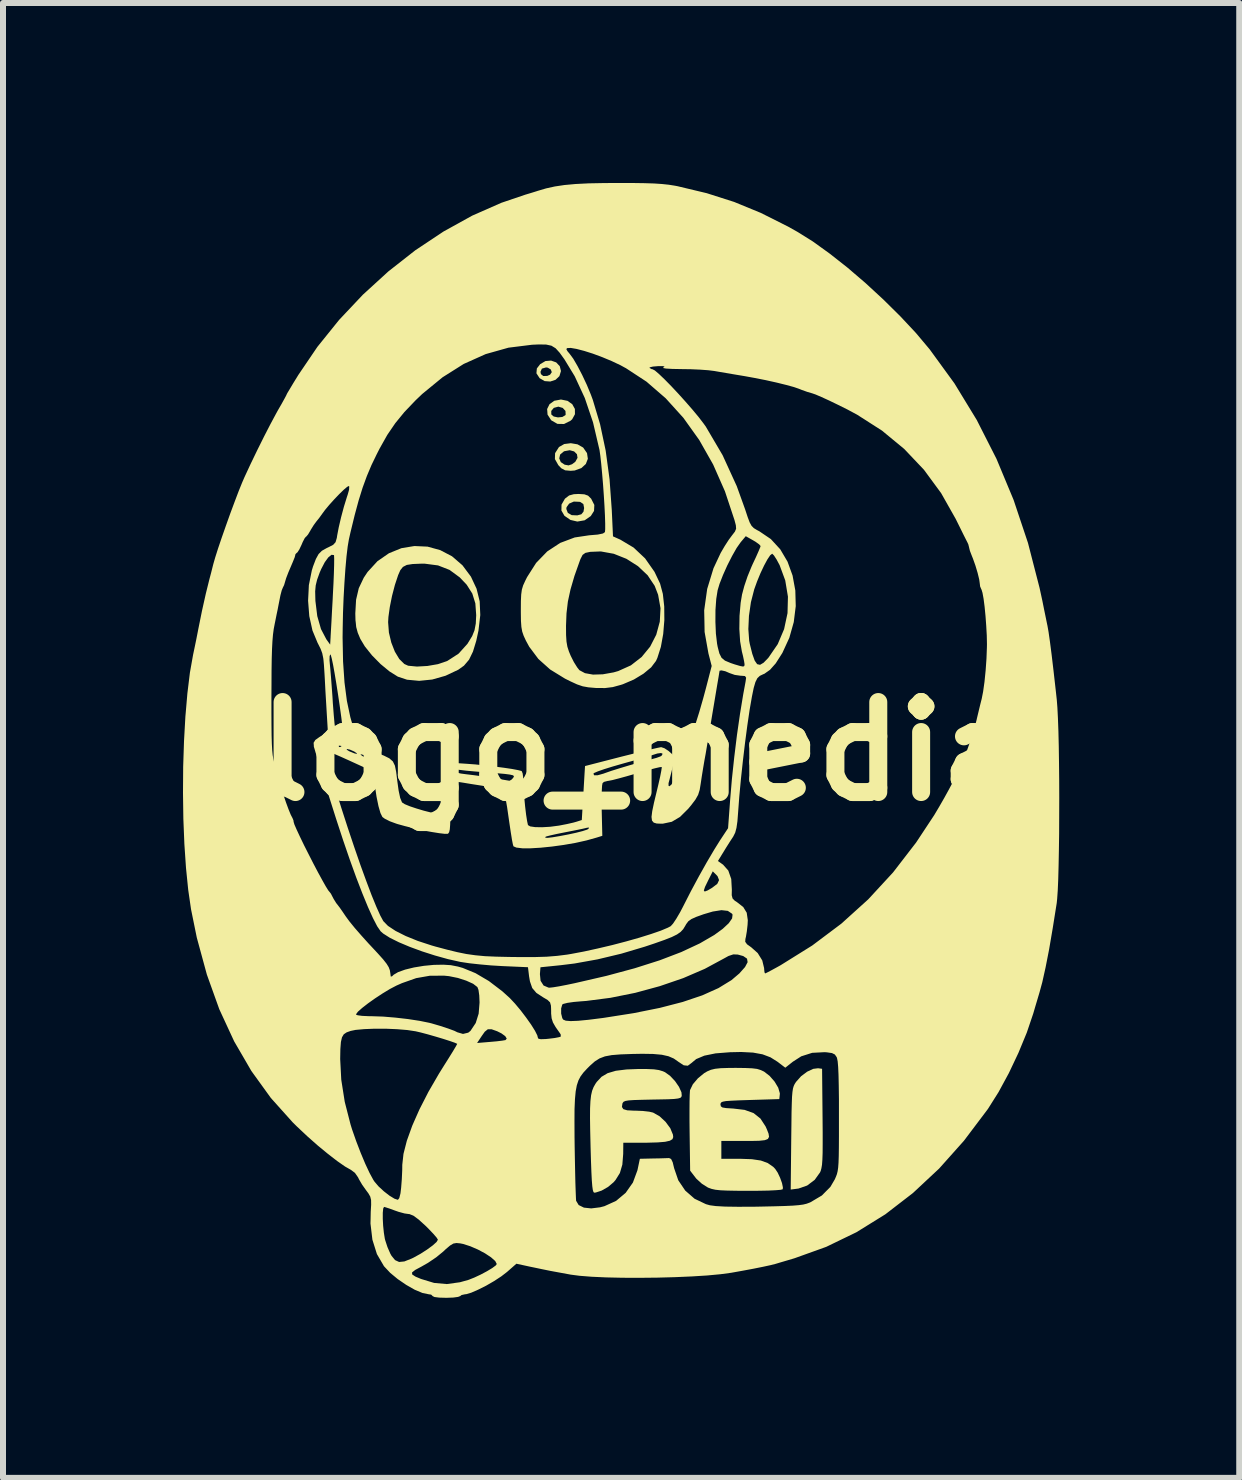
<source format=kicad_pcb>
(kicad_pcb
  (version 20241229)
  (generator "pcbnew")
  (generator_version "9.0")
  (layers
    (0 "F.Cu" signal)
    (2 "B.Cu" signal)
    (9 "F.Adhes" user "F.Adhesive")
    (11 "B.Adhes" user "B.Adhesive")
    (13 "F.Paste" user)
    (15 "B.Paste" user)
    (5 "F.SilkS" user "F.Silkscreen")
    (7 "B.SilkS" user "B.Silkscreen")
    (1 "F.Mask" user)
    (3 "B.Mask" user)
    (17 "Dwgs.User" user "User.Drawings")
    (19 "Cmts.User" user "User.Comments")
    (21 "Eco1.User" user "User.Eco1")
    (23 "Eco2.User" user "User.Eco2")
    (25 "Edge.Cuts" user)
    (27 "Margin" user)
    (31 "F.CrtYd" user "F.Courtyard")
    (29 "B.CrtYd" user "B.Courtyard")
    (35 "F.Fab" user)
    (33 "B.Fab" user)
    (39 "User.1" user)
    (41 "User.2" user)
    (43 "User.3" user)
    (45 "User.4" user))
  (footprint "logo_media"
    (layer "F.Cu")
    (at 7.28 9.283)
    (property "Reference" "logo_media" (at 0.38 0.19 0) (layer "F.SilkS") (effects (font (size 1.5 1.5) (thickness 0.3))))
    (attr board_only exclude_from_pos_files exclude_from_bom)
    (fp_poly (pts (xy -1.06 -6.293) (xy -1 -6.229) (xy -0.98 -6.149) (xy -1.006 -6.064) (xy -1.07 -6.003) (xy -1.158 -5.974) (xy -1.252 -5.981) (xy -1.335 -6.029) (xy -1.337 -6.031) (xy -1.389 -6.111) (xy -1.387 -6.135) (xy -1.322 -6.135) (xy -1.314 -6.097) (xy -1.276 -6.066) (xy -1.21 -6.067) (xy -1.162 -6.088) (xy -1.133 -6.13) (xy -1.15 -6.175) (xy -1.2 -6.205) (xy -1.229 -6.209) (xy -1.298 -6.189) (xy -1.322 -6.135) (xy -1.387 -6.135) (xy -1.382 -6.192) (xy -1.327 -6.263) (xy -1.239 -6.315) (xy -1.145 -6.323)) (stroke (width 0) (type solid)) (fill yes) (layer "F.SilkS"))
    (fp_poly (pts (xy -0.871 -5.652) (xy -0.792 -5.596) (xy -0.748 -5.517) (xy -0.747 -5.429) (xy -0.793 -5.345) (xy -0.821 -5.32) (xy -0.929 -5.266) (xy -1.039 -5.268) (xy -1.138 -5.325) (xy -1.145 -5.331) (xy -1.204 -5.423) (xy -1.208 -5.484) (xy -1.142 -5.484) (xy -1.141 -5.425) (xy -1.101 -5.391) (xy -1.031 -5.376) (xy -0.958 -5.383) (xy -0.908 -5.412) (xy -0.902 -5.422) (xy -0.905 -5.484) (xy -0.951 -5.534) (xy -1.023 -5.555) (xy -1.025 -5.555) (xy -1.099 -5.535) (xy -1.142 -5.484) (xy -1.208 -5.484) (xy -1.211 -5.515) (xy -1.171 -5.596) (xy -1.092 -5.653) (xy -0.98 -5.674)) (stroke (width 0) (type solid)) (fill yes) (layer "F.SilkS"))
    (fp_poly (pts (xy 3.372 5.481) (xy 3.38 6.293) (xy 3.382 6.539) (xy 3.382 6.734) (xy 3.381 6.884) (xy 3.377 6.996) (xy 3.371 7.079) (xy 3.361 7.138) (xy 3.349 7.183) (xy 3.338 7.208) (xy 3.249 7.332) (xy 3.123 7.427) (xy 2.979 7.477) (xy 2.971 7.478) (xy 2.849 7.494) (xy 2.858 6.649) (xy 2.861 6.403) (xy 2.863 6.209) (xy 2.867 6.06) (xy 2.871 5.949) (xy 2.878 5.868) (xy 2.887 5.81) (xy 2.899 5.769) (xy 2.915 5.735) (xy 2.935 5.704) (xy 2.941 5.696) (xy 3.022 5.605) (xy 3.122 5.53) (xy 3.225 5.482) (xy 3.305 5.472)) (stroke (width 0) (type solid)) (fill yes) (layer "F.SilkS"))
    (fp_poly (pts (xy -0.704 -4.927) (xy -0.613 -4.875) (xy -0.611 -4.874) (xy -0.546 -4.781) (xy -0.532 -4.686) (xy -0.566 -4.599) (xy -0.641 -4.531) (xy -0.751 -4.491) (xy -0.818 -4.486) (xy -0.911 -4.494) (xy -0.976 -4.529) (xy -1.024 -4.58) (xy -1.081 -4.681) (xy -1.081 -4.693) (xy -1.009 -4.693) (xy -0.983 -4.631) (xy -0.919 -4.588) (xy -0.854 -4.576) (xy -0.796 -4.595) (xy -0.742 -4.635) (xy -0.704 -4.702) (xy -0.714 -4.763) (xy -0.761 -4.809) (xy -0.834 -4.829) (xy -0.922 -4.813) (xy -0.932 -4.809) (xy -0.994 -4.757) (xy -1.009 -4.693) (xy -1.081 -4.693) (xy -1.078 -4.78) (xy -1.016 -4.878) (xy -1.01 -4.884) (xy -0.926 -4.932) (xy -0.816 -4.946)) (stroke (width 0) (type solid)) (fill yes) (layer "F.SilkS"))
    (fp_poly (pts (xy -0.59 -4.094) (xy -0.529 -4.072) (xy -0.48 -4.024) (xy -0.477 -4.021) (xy -0.424 -3.917) (xy -0.429 -3.817) (xy -0.483 -3.732) (xy -0.585 -3.661) (xy -0.707 -3.64) (xy -0.822 -3.667) (xy -0.922 -3.736) (xy -0.973 -3.824) (xy -0.972 -3.85) (xy -0.891 -3.85) (xy -0.866 -3.785) (xy -0.801 -3.747) (xy -0.709 -3.743) (xy -0.641 -3.761) (xy -0.605 -3.804) (xy -0.594 -3.865) (xy -0.607 -3.932) (xy -0.656 -3.965) (xy -0.671 -3.969) (xy -0.766 -3.973) (xy -0.844 -3.939) (xy -0.887 -3.879) (xy -0.891 -3.85) (xy -0.972 -3.85) (xy -0.971 -3.922) (xy -0.916 -4.018) (xy -0.907 -4.027) (xy -0.844 -4.075) (xy -0.766 -4.096) (xy -0.687 -4.1)) (stroke (width 0) (type solid)) (fill yes) (layer "F.SilkS"))
    (fp_poly (pts (xy -3.204 -3.222) (xy -2.993 -3.164) (xy -2.796 -3.061) (xy -2.622 -2.911) (xy -2.481 -2.722) (xy -2.387 -2.521) (xy -2.335 -2.311) (xy -2.325 -2.082) (xy -2.355 -1.823) (xy -2.392 -1.652) (xy -2.447 -1.472) (xy -2.512 -1.338) (xy -2.597 -1.238) (xy -2.692 -1.17) (xy -2.904 -1.07) (xy -3.126 -1.007) (xy -3.344 -0.985) (xy -3.546 -1.004) (xy -3.699 -1.055) (xy -3.838 -1.142) (xy -3.987 -1.265) (xy -4.13 -1.41) (xy -4.249 -1.559) (xy -4.324 -1.684) (xy -4.367 -1.786) (xy -4.393 -1.882) (xy -4.401 -1.963) (xy -3.861 -1.963) (xy -3.848 -1.79) (xy -3.808 -1.623) (xy -3.749 -1.472) (xy -3.675 -1.349) (xy -3.591 -1.266) (xy -3.527 -1.237) (xy -3.38 -1.223) (xy -3.206 -1.233) (xy -3.032 -1.263) (xy -2.886 -1.312) (xy -2.871 -1.319) (xy -2.687 -1.438) (xy -2.539 -1.602) (xy -2.46 -1.731) (xy -2.421 -1.828) (xy -2.4 -1.939) (xy -2.393 -2.08) (xy -2.407 -2.276) (xy -2.458 -2.44) (xy -2.552 -2.588) (xy -2.667 -2.709) (xy -2.837 -2.834) (xy -3.029 -2.909) (xy -3.252 -2.938) (xy -3.31 -2.938) (xy -3.453 -2.932) (xy -3.55 -2.917) (xy -3.614 -2.884) (xy -3.658 -2.829) (xy -3.694 -2.747) (xy -3.748 -2.584) (xy -3.796 -2.4) (xy -3.833 -2.215) (xy -3.856 -2.05) (xy -3.861 -1.963) (xy -4.401 -1.963) (xy -4.405 -1.993) (xy -4.408 -2.109) (xy -4.395 -2.337) (xy -4.35 -2.529) (xy -4.267 -2.704) (xy -4.203 -2.8) (xy -4.038 -2.98) (xy -3.847 -3.112) (xy -3.64 -3.196) (xy -3.423 -3.232)) (stroke (width 0) (type solid)) (fill yes) (layer "F.SilkS"))
    (fp_poly (pts (xy 0.569 5.49) (xy 0.652 5.502) (xy 0.718 5.522) (xy 0.754 5.538) (xy 0.838 5.598) (xy 0.92 5.685) (xy 0.987 5.782) (xy 1.028 5.873) (xy 1.033 5.927) (xy 1.027 5.949) (xy 1.01 5.965) (xy 0.972 5.976) (xy 0.906 5.984) (xy 0.803 5.989) (xy 0.655 5.992) (xy 0.544 5.994) (xy 0.364 5.998) (xy 0.235 6.002) (xy 0.148 6.008) (xy 0.094 6.017) (xy 0.063 6.031) (xy 0.049 6.05) (xy 0.044 6.061) (xy 0.036 6.118) (xy 0.06 6.154) (xy 0.124 6.173) (xy 0.238 6.179) (xy 0.267 6.179) (xy 0.385 6.184) (xy 0.491 6.196) (xy 0.555 6.211) (xy 0.663 6.272) (xy 0.763 6.365) (xy 0.842 6.472) (xy 0.886 6.578) (xy 0.891 6.619) (xy 0.878 6.654) (xy 0.835 6.68) (xy 0.755 6.698) (xy 0.632 6.708) (xy 0.458 6.713) (xy 0.364 6.714) (xy 0.059 6.714) (xy 0.057 6.9) (xy 0.043 7.078) (xy 0.002 7.218) (xy -0.071 7.335) (xy -0.103 7.372) (xy -0.195 7.45) (xy -0.302 7.511) (xy -0.399 7.543) (xy -0.425 7.546) (xy -0.438 7.536) (xy -0.449 7.502) (xy -0.458 7.439) (xy -0.466 7.341) (xy -0.473 7.201) (xy -0.48 7.013) (xy -0.487 6.772) (xy -0.487 6.766) (xy -0.493 6.509) (xy -0.496 6.304) (xy -0.495 6.143) (xy -0.489 6.019) (xy -0.478 5.923) (xy -0.461 5.848) (xy -0.437 5.787) (xy -0.406 5.732) (xy -0.384 5.7) (xy -0.305 5.615) (xy -0.202 5.554) (xy -0.066 5.514) (xy 0.112 5.492) (xy 0.295 5.485) (xy 0.454 5.485)) (stroke (width 0) (type solid)) (fill yes) (layer "F.SilkS"))
    (fp_poly (pts (xy 2.093 5.468) (xy 2.207 5.473) (xy 2.288 5.483) (xy 2.35 5.502) (xy 2.405 5.528) (xy 2.497 5.599) (xy 2.58 5.694) (xy 2.641 5.796) (xy 2.668 5.889) (xy 2.667 5.912) (xy 2.659 5.986) (xy 2.169 6.001) (xy 1.988 6.007) (xy 1.858 6.013) (xy 1.77 6.019) (xy 1.717 6.029) (xy 1.69 6.042) (xy 1.68 6.06) (xy 1.678 6.075) (xy 1.685 6.107) (xy 1.712 6.126) (xy 1.772 6.136) (xy 1.879 6.143) (xy 1.886 6.143) (xy 2.081 6.166) (xy 2.231 6.22) (xy 2.345 6.311) (xy 2.431 6.443) (xy 2.451 6.488) (xy 2.48 6.562) (xy 2.488 6.615) (xy 2.469 6.65) (xy 2.416 6.671) (xy 2.322 6.681) (xy 2.178 6.684) (xy 2.08 6.684) (xy 1.693 6.684) (xy 1.693 6.833) (xy 1.693 6.981) (xy 2.006 6.981) (xy 2.202 6.988) (xy 2.351 7.01) (xy 2.466 7.052) (xy 2.557 7.115) (xy 2.591 7.15) (xy 2.632 7.212) (xy 2.672 7.297) (xy 2.704 7.386) (xy 2.719 7.458) (xy 2.716 7.489) (xy 2.683 7.498) (xy 2.599 7.505) (xy 2.476 7.511) (xy 2.321 7.514) (xy 2.146 7.515) (xy 2.145 7.515) (xy 1.942 7.514) (xy 1.79 7.511) (xy 1.677 7.506) (xy 1.594 7.497) (xy 1.531 7.483) (xy 1.478 7.464) (xy 1.467 7.459) (xy 1.37 7.398) (xy 1.279 7.316) (xy 1.259 7.291) (xy 1.173 7.179) (xy 1.164 6.539) (xy 1.162 6.347) (xy 1.162 6.171) (xy 1.163 6.022) (xy 1.166 5.91) (xy 1.17 5.844) (xy 1.172 5.834) (xy 1.218 5.739) (xy 1.303 5.639) (xy 1.408 5.553) (xy 1.458 5.524) (xy 1.519 5.498) (xy 1.589 5.481) (xy 1.683 5.471) (xy 1.812 5.467) (xy 1.933 5.466)) (stroke (width 0) (type solid)) (fill yes) (layer "F.SilkS"))
    (fp_poly (pts (xy 0.207 -9.283) (xy 0.409 -9.28) (xy 0.572 -9.275) (xy 0.704 -9.266) (xy 0.817 -9.254) (xy 0.918 -9.238) (xy 0.965 -9.229) (xy 1.45 -9.113) (xy 1.907 -8.967) (xy 2.352 -8.784) (xy 2.804 -8.557) (xy 2.959 -8.47) (xy 3.217 -8.309) (xy 3.499 -8.106) (xy 3.796 -7.872) (xy 4.097 -7.614) (xy 4.394 -7.34) (xy 4.677 -7.06) (xy 4.937 -6.782) (xy 5.163 -6.513) (xy 5.164 -6.512) (xy 5.578 -5.943) (xy 5.95 -5.333) (xy 6.279 -4.685) (xy 6.564 -4.001) (xy 6.804 -3.283) (xy 6.997 -2.534) (xy 7.044 -2.317) (xy 7.072 -2.177) (xy 7.1 -2.041) (xy 7.122 -1.933) (xy 7.129 -1.901) (xy 7.147 -1.798) (xy 7.17 -1.637) (xy 7.198 -1.42) (xy 7.23 -1.149) (xy 7.267 -0.823) (xy 7.284 -0.668) (xy 7.294 -0.539) (xy 7.303 -0.361) (xy 7.311 -0.144) (xy 7.317 0.105) (xy 7.321 0.379) (xy 7.324 0.669) (xy 7.325 0.969) (xy 7.324 1.268) (xy 7.323 1.562) (xy 7.319 1.84) (xy 7.314 2.096) (xy 7.308 2.321) (xy 7.3 2.508) (xy 7.29 2.65) (xy 7.283 2.718) (xy 7.217 3.133) (xy 7.156 3.491) (xy 7.097 3.792) (xy 7.042 4.039) (xy 6.997 4.204) (xy 6.965 4.312) (xy 6.925 4.446) (xy 6.892 4.559) (xy 6.784 4.878) (xy 6.645 5.215) (xy 6.485 5.553) (xy 6.313 5.87) (xy 6.137 6.149) (xy 6.126 6.164) (xy 5.736 6.681) (xy 5.323 7.144) (xy 4.886 7.552) (xy 4.427 7.906) (xy 3.945 8.205) (xy 3.441 8.449) (xy 2.915 8.638) (xy 2.882 8.648) (xy 2.767 8.682) (xy 2.662 8.713) (xy 2.599 8.732) (xy 2.517 8.753) (xy 2.388 8.781) (xy 2.224 8.814) (xy 2.036 8.849) (xy 1.857 8.881) (xy 1.679 8.905) (xy 1.456 8.926) (xy 1.199 8.942) (xy 0.919 8.954) (xy 0.626 8.962) (xy 0.33 8.965) (xy 0.042 8.964) (xy -0.228 8.958) (xy -0.47 8.947) (xy -0.672 8.931) (xy -0.817 8.912) (xy -1.007 8.877) (xy -1.159 8.849) (xy -1.296 8.821) (xy -1.439 8.791) (xy -1.493 8.78) (xy -1.723 8.73) (xy -1.879 8.867) (xy -1.975 8.941) (xy -2.096 9.02) (xy -2.229 9.097) (xy -2.361 9.163) (xy -2.476 9.213) (xy -2.56 9.238) (xy -2.578 9.239) (xy -2.637 9.252) (xy -2.659 9.269) (xy -2.695 9.283) (xy -2.775 9.294) (xy -2.882 9.298) (xy -2.898 9.298) (xy -3.01 9.295) (xy -3.088 9.285) (xy -3.119 9.27) (xy -3.119 9.269) (xy -3.144 9.245) (xy -3.186 9.239) (xy -3.288 9.218) (xy -3.417 9.164) (xy -3.559 9.083) (xy -3.701 8.986) (xy -3.828 8.881) (xy -3.833 8.875) (xy -3.462 8.875) (xy -3.46 8.909) (xy -3.405 8.945) (xy -3.312 8.984) (xy -3.095 9.05) (xy -2.884 9.069) (xy -2.664 9.039) (xy -2.521 8.999) (xy -2.425 8.961) (xy -2.318 8.911) (xy -2.213 8.855) (xy -2.125 8.802) (xy -2.066 8.758) (xy -2.05 8.735) (xy -2.076 8.685) (xy -2.146 8.623) (xy -2.246 8.557) (xy -2.366 8.493) (xy -2.491 8.439) (xy -2.609 8.401) (xy -2.659 8.391) (xy -2.723 8.385) (xy -2.774 8.394) (xy -2.829 8.427) (xy -2.903 8.49) (xy -2.941 8.526) (xy -3.058 8.622) (xy -3.197 8.716) (xy -3.304 8.777) (xy -3.41 8.834) (xy -3.462 8.875) (xy -3.833 8.875) (xy -3.926 8.776) (xy -3.931 8.77) (xy -4.048 8.569) (xy -4.123 8.33) (xy -4.155 8.06) (xy -4.153 7.982) (xy -3.95 7.982) (xy -3.944 8.097) (xy -3.932 8.213) (xy -3.916 8.313) (xy -3.909 8.34) (xy -3.872 8.453) (xy -3.825 8.561) (xy -3.803 8.6) (xy -3.745 8.67) (xy -3.678 8.701) (xy -3.59 8.692) (xy -3.469 8.644) (xy -3.436 8.628) (xy -3.322 8.565) (xy -3.213 8.495) (xy -3.12 8.427) (xy -3.055 8.369) (xy -3.031 8.33) (xy -3.051 8.297) (xy -3.105 8.234) (xy -3.183 8.152) (xy -3.235 8.1) (xy -3.353 7.993) (xy -3.44 7.929) (xy -3.505 7.903) (xy -3.517 7.902) (xy -3.588 7.892) (xy -3.687 7.865) (xy -3.75 7.843) (xy -3.84 7.81) (xy -3.906 7.789) (xy -3.929 7.783) (xy -3.943 7.81) (xy -3.95 7.882) (xy -3.95 7.982) (xy -4.153 7.982) (xy -4.151 7.869) (xy -4.144 7.748) (xy -4.145 7.669) (xy -4.159 7.611) (xy -4.19 7.557) (xy -4.23 7.503) (xy -4.294 7.413) (xy -4.346 7.324) (xy -4.362 7.291) (xy -4.414 7.216) (xy -4.479 7.167) (xy -4.579 7.11) (xy -4.711 7.018) (xy -4.866 6.898) (xy -5.036 6.758) (xy -5.21 6.604) (xy -5.38 6.444) (xy -5.452 6.373) (xy -5.815 5.968) (xy -6.14 5.518) (xy -6.256 5.318) (xy -4.66 5.318) (xy -4.642 5.663) (xy -4.584 6.032) (xy -4.487 6.41) (xy -4.462 6.491) (xy -4.393 6.688) (xy -4.318 6.883) (xy -4.242 7.064) (xy -4.17 7.218) (xy -4.108 7.332) (xy -4.089 7.361) (xy -4.021 7.441) (xy -3.932 7.523) (xy -3.838 7.596) (xy -3.754 7.647) (xy -3.698 7.665) (xy -3.675 7.636) (xy -3.655 7.557) (xy -3.644 7.464) (xy -3.633 7.323) (xy -3.626 7.172) (xy -3.625 7.081) (xy -3.605 6.899) (xy -3.549 6.68) (xy -3.459 6.43) (xy -3.428 6.359) (xy -0.755 6.359) (xy -0.754 6.613) (xy -0.752 6.773) (xy -0.748 6.995) (xy -0.744 7.199) (xy -0.74 7.377) (xy -0.735 7.522) (xy -0.731 7.625) (xy -0.728 7.679) (xy -0.727 7.682) (xy -0.685 7.752) (xy -0.598 7.795) (xy -0.476 7.808) (xy -0.329 7.79) (xy -0.256 7.771) (xy -0.062 7.683) (xy 0.098 7.549) (xy 0.219 7.377) (xy 0.294 7.174) (xy 0.297 7.161) (xy 0.335 6.981) (xy 0.554 6.976) (xy 0.668 6.974) (xy 0.763 6.971) (xy 0.82 6.969) (xy 0.822 6.969) (xy 0.855 6.984) (xy 0.882 7.039) (xy 0.906 7.138) (xy 0.975 7.339) (xy 1.091 7.511) (xy 1.247 7.647) (xy 1.435 7.737) (xy 1.502 7.756) (xy 1.6 7.769) (xy 1.756 7.778) (xy 1.969 7.781) (xy 2.241 7.78) (xy 2.349 7.778) (xy 2.575 7.773) (xy 2.75 7.768) (xy 2.883 7.762) (xy 2.982 7.754) (xy 3.056 7.744) (xy 3.114 7.73) (xy 3.163 7.712) (xy 3.179 7.705) (xy 3.368 7.593) (xy 3.51 7.45) (xy 3.584 7.324) (xy 3.603 7.28) (xy 3.619 7.238) (xy 3.631 7.189) (xy 3.64 7.128) (xy 3.646 7.046) (xy 3.65 6.936) (xy 3.652 6.791) (xy 3.653 6.604) (xy 3.653 6.368) (xy 3.653 6.268) (xy 3.653 5.986) (xy 3.65 5.759) (xy 3.646 5.582) (xy 3.64 5.45) (xy 3.632 5.358) (xy 3.621 5.303) (xy 3.616 5.288) (xy 3.585 5.243) (xy 3.537 5.219) (xy 3.454 5.207) (xy 3.416 5.204) (xy 3.207 5.215) (xy 3.025 5.273) (xy 2.885 5.363) (xy 2.759 5.463) (xy 2.628 5.363) (xy 2.512 5.29) (xy 2.38 5.24) (xy 2.221 5.211) (xy 2.024 5.201) (xy 1.838 5.205) (xy 1.597 5.224) (xy 1.41 5.262) (xy 1.274 5.319) (xy 1.192 5.387) (xy 1.134 5.43) (xy 1.067 5.423) (xy 0.979 5.366) (xy 0.976 5.363) (xy 0.9 5.31) (xy 0.812 5.272) (xy 0.701 5.247) (xy 0.557 5.234) (xy 0.371 5.231) (xy 0.208 5.234) (xy 0.013 5.241) (xy -0.135 5.253) (xy -0.247 5.274) (xy -0.337 5.308) (xy -0.416 5.358) (xy -0.496 5.429) (xy -0.549 5.482) (xy -0.606 5.544) (xy -0.653 5.607) (xy -0.689 5.675) (xy -0.716 5.757) (xy -0.735 5.859) (xy -0.747 5.989) (xy -0.754 6.153) (xy -0.755 6.359) (xy -3.428 6.359) (xy -3.338 6.156) (xy -3.189 5.865) (xy -3.014 5.563) (xy -2.928 5.425) (xy -2.848 5.298) (xy -2.781 5.19) (xy -2.734 5.111) (xy -2.711 5.069) (xy -2.71 5.065) (xy -2.74 5.051) (xy -2.378 5.051) (xy -2.162 5.033) (xy -2.05 5.023) (xy -1.959 5.012) (xy -1.907 5.003) (xy -1.905 5.003) (xy -1.884 4.978) (xy -1.909 4.937) (xy -1.972 4.891) (xy -2.044 4.855) (xy -2.137 4.822) (xy -2.199 4.822) (xy -2.25 4.863) (xy -2.299 4.932) (xy -2.378 5.051) (xy -2.74 5.051) (xy -2.749 5.047) (xy -2.832 5.018) (xy -2.944 4.982) (xy -3.071 4.944) (xy -3.2 4.907) (xy -3.317 4.876) (xy -3.403 4.856) (xy -3.542 4.835) (xy -3.713 4.821) (xy -3.901 4.813) (xy -4.089 4.813) (xy -4.261 4.82) (xy -4.404 4.833) (xy -4.486 4.85) (xy -4.553 4.874) (xy -4.6 4.906) (xy -4.63 4.956) (xy -4.648 5.035) (xy -4.657 5.153) (xy -4.66 5.318) (xy -6.256 5.318) (xy -6.427 5.024) (xy -6.634 4.577) (xy -4.397 4.577) (xy -4.369 4.589) (xy -4.295 4.599) (xy -4.187 4.604) (xy -4.122 4.605) (xy -3.944 4.611) (xy -3.74 4.628) (xy -3.531 4.652) (xy -3.335 4.682) (xy -3.173 4.715) (xy -3.134 4.725) (xy -2.991 4.767) (xy -2.86 4.81) (xy -2.757 4.848) (xy -2.706 4.873) (xy -2.613 4.9) (xy -2.526 4.879) (xy -2.489 4.85) (xy -2.401 4.718) (xy -2.352 4.562) (xy -2.337 4.376) (xy -2.342 4.258) (xy -2.355 4.166) (xy -2.373 4.119) (xy -2.444 4.064) (xy -2.559 4.012) (xy -2.698 3.967) (xy -2.846 3.937) (xy -2.926 3.929) (xy -3.165 3.93) (xy -3.393 3.97) (xy -3.629 4.053) (xy -3.722 4.094) (xy -3.831 4.151) (xy -3.953 4.225) (xy -4.078 4.307) (xy -4.195 4.39) (xy -4.294 4.467) (xy -4.365 4.53) (xy -4.396 4.572) (xy -4.397 4.577) (xy -6.634 4.577) (xy -6.675 4.488) (xy -6.882 3.911) (xy -7.05 3.294) (xy -7.146 2.822) (xy -7.193 2.498) (xy -7.23 2.132) (xy -7.257 1.734) (xy -7.274 1.314) (xy -7.28 0.881) (xy -7.277 0.446) (xy -7.263 0.019) (xy -7.24 -0.391) (xy -7.234 -0.458) (xy -5.806 -0.458) (xy -5.805 -0.241) (xy -5.803 -0.069) (xy -5.799 0.066) (xy -5.793 0.171) (xy -5.785 0.253) (xy -5.774 0.318) (xy -5.76 0.376) (xy -5.753 0.401) (xy -5.718 0.52) (xy -5.686 0.636) (xy -5.67 0.698) (xy -5.643 0.798) (xy -5.605 0.918) (xy -5.563 1.042) (xy -5.521 1.156) (xy -5.485 1.244) (xy -5.46 1.293) (xy -5.457 1.297) (xy -5.439 1.341) (xy -5.436 1.366) (xy -5.423 1.409) (xy -5.386 1.494) (xy -5.331 1.612) (xy -5.263 1.753) (xy -5.186 1.905) (xy -5.107 2.06) (xy -5.029 2.208) (xy -4.958 2.338) (xy -4.9 2.441) (xy -4.859 2.507) (xy -4.844 2.525) (xy -4.814 2.563) (xy -4.803 2.585) (xy -4.769 2.65) (xy -4.727 2.718) (xy -4.693 2.761) (xy -4.692 2.763) (xy -4.668 2.794) (xy -4.622 2.86) (xy -4.567 2.941) (xy -4.507 3.023) (xy -4.416 3.135) (xy -4.305 3.262) (xy -4.187 3.393) (xy -4.154 3.428) (xy -4.032 3.559) (xy -3.944 3.657) (xy -3.886 3.731) (xy -3.851 3.788) (xy -3.832 3.839) (xy -3.824 3.891) (xy -3.823 3.899) (xy -3.817 3.944) (xy -3.796 3.94) (xy -3.768 3.913) (xy -3.695 3.87) (xy -3.578 3.828) (xy -3.43 3.792) (xy -3.265 3.765) (xy -3.099 3.749) (xy -2.941 3.746) (xy -2.816 3.754) (xy -2.698 3.777) (xy -2.617 3.8) (xy -2.405 3.887) (xy -2.181 4.019) (xy -1.958 4.189) (xy -1.832 4.303) (xy -1.746 4.395) (xy -1.653 4.506) (xy -1.561 4.627) (xy -1.478 4.744) (xy -1.413 4.848) (xy -1.374 4.926) (xy -1.367 4.957) (xy -1.356 4.98) (xy -1.315 4.988) (xy -1.233 4.985) (xy -1.183 4.98) (xy -1.085 4.968) (xy -1.012 4.954) (xy -0.984 4.945) (xy -0.984 4.911) (xy -0.996 4.89) (xy -1.07 4.785) (xy -1.114 4.708) (xy -1.136 4.639) (xy -1.144 4.56) (xy -1.144 4.522) (xy -1.145 4.474) (xy -0.977 4.474) (xy -0.977 4.561) (xy -0.958 4.637) (xy -0.943 4.661) (xy -0.901 4.679) (xy -0.82 4.686) (xy -0.693 4.681) (xy -0.518 4.664) (xy -0.289 4.635) (xy -0.267 4.632) (xy 0.229 4.554) (xy 0.667 4.466) (xy 1.049 4.367) (xy 1.375 4.257) (xy 1.645 4.136) (xy 1.862 4.003) (xy 1.994 3.891) (xy 2.088 3.785) (xy 2.131 3.704) (xy 2.121 3.645) (xy 2.058 3.602) (xy 1.967 3.577) (xy 1.893 3.574) (xy 1.812 3.601) (xy 1.732 3.645) (xy 1.417 3.815) (xy 1.057 3.97) (xy 0.666 4.104) (xy 0.258 4.215) (xy -0.155 4.298) (xy -0.558 4.35) (xy -0.639 4.356) (xy -0.766 4.367) (xy -0.871 4.382) (xy -0.939 4.399) (xy -0.958 4.409) (xy -0.977 4.474) (xy -1.145 4.474) (xy -1.147 4.429) (xy -1.162 4.374) (xy -1.203 4.334) (xy -1.279 4.289) (xy -1.39 4.216) (xy -1.459 4.135) (xy -1.497 4.025) (xy -1.512 3.938) (xy -1.516 3.903) (xy -1.331 3.903) (xy -1.32 4.014) (xy -1.27 4.093) (xy -1.188 4.128) (xy -1.168 4.129) (xy -1.112 4.123) (xy -1.013 4.107) (xy -0.884 4.082) (xy -0.75 4.054) (xy -0.221 3.932) (xy 0.25 3.805) (xy 0.665 3.673) (xy 1.026 3.535) (xy 1.334 3.391) (xy 1.575 3.251) (xy 1.715 3.149) (xy 1.816 3.055) (xy 1.872 2.975) (xy 1.88 2.912) (xy 1.871 2.896) (xy 1.801 2.849) (xy 1.695 2.837) (xy 1.55 2.86) (xy 1.398 2.905) (xy 1.275 2.949) (xy 1.195 2.985) (xy 1.143 3.022) (xy 1.107 3.07) (xy 1.089 3.102) (xy 1.057 3.154) (xy 1.015 3.199) (xy 0.954 3.242) (xy 0.867 3.285) (xy 0.745 3.333) (xy 0.581 3.391) (xy 0.416 3.446) (xy 0.027 3.562) (xy -0.37 3.657) (xy -0.753 3.726) (xy -0.98 3.754) (xy -1.322 3.789) (xy -1.331 3.903) (xy -1.516 3.903) (xy -1.53 3.788) (xy -1.961 3.769) (xy -2.144 3.758) (xy -2.333 3.741) (xy -2.508 3.722) (xy -2.647 3.701) (xy -2.659 3.699) (xy -2.864 3.653) (xy -3.08 3.593) (xy -3.295 3.524) (xy -3.499 3.449) (xy -3.682 3.372) (xy -3.833 3.297) (xy -3.943 3.227) (xy -3.986 3.189) (xy -4.043 3.106) (xy -4.114 2.969) (xy -4.197 2.785) (xy -4.29 2.559) (xy -4.392 2.294) (xy -4.5 1.995) (xy -4.612 1.669) (xy -4.727 1.318) (xy -4.844 0.949) (xy -4.902 0.758) (xy -4.951 0.597) (xy -4.997 0.447) (xy -5.036 0.32) (xy -5.063 0.231) (xy -5.063 0.231) (xy -4.913 0.231) (xy -4.902 0.29) (xy -4.884 0.348) (xy -4.852 0.449) (xy -4.812 0.581) (xy -4.765 0.731) (xy -4.753 0.772) (xy -4.643 1.126) (xy -4.533 1.466) (xy -4.425 1.788) (xy -4.322 2.086) (xy -4.224 2.355) (xy -4.136 2.588) (xy -4.057 2.781) (xy -3.991 2.928) (xy -3.941 3.02) (xy -3.864 3.099) (xy -3.737 3.183) (xy -3.568 3.268) (xy -3.366 3.35) (xy -3.137 3.425) (xy -3.075 3.443) (xy -2.876 3.496) (xy -2.708 3.537) (xy -2.556 3.568) (xy -2.406 3.589) (xy -2.247 3.604) (xy -2.064 3.612) (xy -1.844 3.617) (xy -1.664 3.619) (xy -1.421 3.619) (xy -1.22 3.613) (xy -1.045 3.599) (xy -0.878 3.578) (xy -0.812 3.567) (xy -0.595 3.526) (xy -0.363 3.475) (xy -0.126 3.419) (xy 0.107 3.358) (xy 0.326 3.296) (xy 0.521 3.235) (xy 0.683 3.179) (xy 0.802 3.129) (xy 0.849 3.104) (xy 0.887 3.062) (xy 0.942 2.98) (xy 1.007 2.869) (xy 1.057 2.773) (xy 1.185 2.522) (xy 1.192 2.509) (xy 1.401 2.509) (xy 1.416 2.527) (xy 1.467 2.507) (xy 1.538 2.465) (xy 1.625 2.399) (xy 1.655 2.336) (xy 1.63 2.272) (xy 1.611 2.251) (xy 1.55 2.19) (xy 1.473 2.342) (xy 1.421 2.449) (xy 1.401 2.509) (xy 1.192 2.509) (xy 1.32 2.271) (xy 1.453 2.034) (xy 1.577 1.824) (xy 1.672 1.672) (xy 1.805 1.471) (xy 1.84 0.995) (xy 1.869 0.651) (xy 1.908 0.287) (xy 1.953 -0.08) (xy 2.004 -0.434) (xy 2.057 -0.757) (xy 2.097 -0.973) (xy 2.106 -1.038) (xy 2.087 -1.065) (xy 2.025 -1.07) (xy 2.016 -1.07) (xy 1.917 -1.084) (xy 1.831 -1.114) (xy 1.759 -1.145) (xy 1.696 -1.159) (xy 1.664 -1.154) (xy 1.663 -1.151) (xy 1.658 -1.121) (xy 1.646 -1.046) (xy 1.628 -0.941) (xy 1.622 -0.906) (xy 1.601 -0.78) (xy 1.574 -0.618) (xy 1.544 -0.44) (xy 1.518 -0.282) (xy 1.489 -0.11) (xy 1.459 0.067) (xy 1.432 0.228) (xy 1.411 0.342) (xy 1.388 0.478) (xy 1.366 0.614) (xy 1.35 0.722) (xy 1.349 0.728) (xy 1.332 0.832) (xy 1.306 0.915) (xy 1.262 0.993) (xy 1.191 1.087) (xy 1.141 1.147) (xy 1.004 1.283) (xy 0.867 1.364) (xy 0.72 1.395) (xy 0.69 1.396) (xy 0.616 1.393) (xy 0.566 1.378) (xy 0.537 1.344) (xy 0.529 1.283) (xy 0.541 1.187) (xy 0.57 1.048) (xy 0.608 0.89) (xy 0.644 0.74) (xy 0.673 0.611) (xy 0.692 0.514) (xy 0.7 0.459) (xy 0.699 0.451) (xy 0.666 0.454) (xy 0.588 0.472) (xy 0.474 0.502) (xy 0.334 0.541) (xy 0.272 0.56) (xy 0.12 0.604) (xy -0.015 0.641) (xy -0.123 0.669) (xy -0.19 0.682) (xy -0.201 0.683) (xy -0.263 0.699) (xy -0.287 0.72) (xy -0.295 0.762) (xy -0.3 0.852) (xy -0.303 0.977) (xy -0.302 1.126) (xy -0.301 1.178) (xy -0.291 1.598) (xy -0.391 1.629) (xy -0.555 1.675) (xy -0.739 1.716) (xy -0.935 1.75) (xy -1.131 1.777) (xy -1.318 1.796) (xy -1.486 1.806) (xy -1.624 1.806) (xy -1.724 1.794) (xy -1.772 1.773) (xy -1.782 1.739) (xy -1.798 1.657) (xy -1.802 1.63) (xy -1.241 1.63) (xy -1.204 1.632) (xy -1.123 1.623) (xy -0.992 1.601) (xy -0.857 1.575) (xy -0.728 1.547) (xy -0.619 1.519) (xy -0.545 1.495) (xy -0.522 1.482) (xy -0.512 1.46) (xy -0.55 1.464) (xy -0.564 1.468) (xy -0.625 1.482) (xy -0.728 1.503) (xy -0.854 1.528) (xy -0.93 1.543) (xy -1.055 1.568) (xy -1.157 1.591) (xy -1.223 1.608) (xy -1.239 1.616) (xy -1.241 1.63) (xy -1.802 1.63) (xy -1.817 1.537) (xy -1.839 1.389) (xy -1.851 1.307) (xy -1.878 1.119) (xy -1.902 0.984) (xy -1.923 0.896) (xy -1.945 0.847) (xy -1.958 0.833) (xy -2.006 0.818) (xy -2.098 0.798) (xy -2.22 0.775) (xy -2.332 0.757) (xy -2.473 0.735) (xy -2.6 0.714) (xy -2.697 0.699) (xy -2.741 0.691) (xy -2.822 0.677) (xy -2.822 1.112) (xy -2.823 1.286) (xy -2.827 1.409) (xy -2.833 1.491) (xy -2.844 1.538) (xy -2.861 1.561) (xy -2.867 1.564) (xy -2.916 1.565) (xy -3.01 1.554) (xy -3.135 1.534) (xy -3.281 1.506) (xy -3.432 1.472) (xy -3.577 1.437) (xy -3.704 1.402) (xy -3.731 1.393) (xy -3.834 1.355) (xy -3.917 1.313) (xy -3.951 1.288) (xy -3.461 1.288) (xy -3.454 1.299) (xy -3.403 1.318) (xy -3.325 1.34) (xy -3.235 1.362) (xy -3.147 1.38) (xy -3.077 1.389) (xy -3.06 1.39) (xy -3.051 1.384) (xy -3.091 1.367) (xy -3.173 1.343) (xy -3.208 1.334) (xy -3.318 1.309) (xy -3.407 1.292) (xy -3.457 1.287) (xy -3.461 1.288) (xy -3.951 1.288) (xy -3.957 1.283) (xy -3.989 1.218) (xy -4.022 1.103) (xy -4.054 0.947) (xy -4.082 0.76) (xy -4.089 0.702) (xy -4.109 0.527) (xy -4.32 0.43) (xy -4.508 0.344) (xy -4.65 0.28) (xy -4.747 0.238) (xy -4.318 0.238) (xy -4.316 0.249) (xy -4.275 0.277) (xy -4.212 0.312) (xy -4.141 0.348) (xy -4.08 0.374) (xy -4.048 0.383) (xy -4.013 0.367) (xy -4.011 0.356) (xy -4.035 0.331) (xy -4.063 0.327) (xy -4.125 0.313) (xy -4.2 0.282) (xy -4.269 0.251) (xy -4.318 0.238) (xy -4.318 0.238) (xy -4.747 0.238) (xy -4.751 0.236) (xy -4.821 0.208) (xy -4.864 0.193) (xy -4.889 0.19) (xy -4.902 0.193) (xy -4.913 0.231) (xy -5.063 0.231) (xy -5.069 0.214) (xy -5.084 0.161) (xy -4.553 0.161) (xy -4.514 0.186) (xy -4.501 0.192) (xy -4.425 0.223) (xy -4.383 0.233) (xy -4.383 0.222) (xy -4.426 0.193) (xy -4.496 0.162) (xy -4.545 0.151) (xy -4.553 0.161) (xy -5.084 0.161) (xy -5.099 0.112) (xy -5.099 0.099) (xy -4.684 0.099) (xy -4.68 0.117) (xy -4.664 0.119) (xy -4.64 0.108) (xy -4.644 0.099) (xy -4.68 0.095) (xy -4.684 0.099) (xy -5.099 0.099) (xy -5.103 0.047) (xy -5.091 0.028) (xy -4.885 0.028) (xy -4.842 0.054) (xy -4.767 0.082) (xy -4.736 0.083) (xy -4.754 0.06) (xy -4.777 0.042) (xy -4.839 0.012) (xy -4.88 0.009) (xy -4.885 0.028) (xy -5.091 0.028) (xy -5.075 0.001) (xy -5.011 -0.045) (xy -4.988 -0.06) (xy -4.865 -0.134) (xy -4.884 -0.446) (xy -4.894 -0.616) (xy -4.906 -0.815) (xy -4.916 -1.01) (xy -4.921 -1.099) (xy -4.931 -1.252) (xy -4.938 -1.328) (xy -4.838 -1.328) (xy -4.833 -1.27) (xy -4.825 -1.187) (xy -4.814 -1.059) (xy -4.802 -0.899) (xy -4.789 -0.723) (xy -4.782 -0.609) (xy -4.767 -0.414) (xy -4.754 -0.271) (xy -4.741 -0.172) (xy -4.725 -0.109) (xy -4.708 -0.074) (xy -4.7 -0.067) (xy -4.647 -0.034) (xy -4.618 -0.046) (xy -4.611 -0.106) (xy -4.618 -0.186) (xy -4.641 -0.374) (xy -4.668 -0.57) (xy -4.697 -0.765) (xy -4.726 -0.95) (xy -4.754 -1.117) (xy -4.779 -1.256) (xy -4.801 -1.359) (xy -4.817 -1.417) (xy -4.823 -1.426) (xy -4.836 -1.399) (xy -4.838 -1.328) (xy -4.938 -1.328) (xy -4.942 -1.362) (xy -4.959 -1.445) (xy -4.986 -1.518) (xy -5.026 -1.598) (xy -5.037 -1.619) (xy -5.122 -1.824) (xy -5.175 -2.064) (xy -5.195 -2.321) (xy -5.187 -2.477) (xy -5.077 -2.477) (xy -5.074 -2.352) (xy -5.073 -2.317) (xy -5.042 -2.064) (xy -4.98 -1.848) (xy -4.891 -1.678) (xy -4.827 -1.589) (xy -4.822 -1.678) (xy -4.82 -1.708) (xy -4.62 -1.708) (xy -4.612 -1.307) (xy -4.588 -0.957) (xy -4.548 -0.65) (xy -4.491 -0.38) (xy -4.458 -0.265) (xy -4.399 -0.099) (xy -4.336 0.02) (xy -4.257 0.106) (xy -4.153 0.171) (xy -4.067 0.208) (xy -3.932 0.261) (xy -3.84 0.307) (xy -3.782 0.358) (xy -3.748 0.428) (xy -3.727 0.531) (xy -3.709 0.678) (xy -3.686 0.844) (xy -3.66 0.966) (xy -3.631 1.037) (xy -3.627 1.043) (xy -3.583 1.071) (xy -3.498 1.106) (xy -3.387 1.143) (xy -3.267 1.179) (xy -3.152 1.208) (xy -3.058 1.227) (xy -3 1.23) (xy -2.993 1.227) (xy -2.984 1.194) (xy -2.977 1.114) (xy -2.972 1) (xy -2.971 0.879) (xy -2.97 0.729) (xy -2.965 0.626) (xy -2.954 0.556) (xy -2.936 0.506) (xy -2.92 0.482) (xy -2.787 0.482) (xy -2.787 0.508) (xy -2.747 0.537) (xy -2.649 0.56) (xy -2.567 0.571) (xy -2.434 0.587) (xy -2.274 0.609) (xy -2.122 0.632) (xy -2.109 0.635) (xy -1.993 0.654) (xy -1.9 0.67) (xy -1.846 0.679) (xy -1.838 0.68) (xy -1.806 0.663) (xy -1.783 0.639) (xy -1.767 0.617) (xy -1.765 0.601) (xy -1.784 0.588) (xy -1.833 0.577) (xy -1.917 0.566) (xy -2.045 0.555) (xy -2.223 0.541) (xy -2.262 0.538) (xy -2.42 0.525) (xy -2.56 0.512) (xy -2.67 0.499) (xy -2.737 0.489) (xy -2.749 0.486) (xy -2.787 0.482) (xy -2.92 0.482) (xy -2.909 0.464) (xy -2.906 0.46) (xy -2.841 0.378) (xy -2.557 0.397) (xy -2.409 0.408) (xy -2.247 0.425) (xy -2.083 0.444) (xy -1.928 0.464) (xy -1.794 0.484) (xy -1.694 0.503) (xy -1.639 0.517) (xy -1.635 0.519) (xy -1.619 0.557) (xy -1.608 0.636) (xy -1.604 0.727) (xy -1.601 0.836) (xy -1.591 0.97) (xy -1.577 1.113) (xy -1.561 1.247) (xy -1.544 1.355) (xy -1.53 1.419) (xy -1.493 1.441) (xy -1.411 1.453) (xy -1.295 1.455) (xy -1.159 1.447) (xy -1.015 1.428) (xy -0.993 1.424) (xy -0.88 1.402) (xy -0.775 1.378) (xy -0.725 1.364) (xy -0.633 1.335) (xy -0.606 0.885) (xy -0.587 0.56) (xy -0.439 0.56) (xy -0.428 0.589) (xy -0.37 0.589) (xy -0.27 0.561) (xy -0.246 0.552) (xy -0.14 0.515) (xy 0.004 0.47) (xy 0.167 0.421) (xy 0.328 0.375) (xy 0.469 0.337) (xy 0.52 0.324) (xy 0.611 0.299) (xy 0.677 0.275) (xy 0.696 0.264) (xy 0.715 0.231) (xy 0.688 0.218) (xy 0.626 0.226) (xy 0.588 0.238) (xy 0.526 0.258) (xy 0.419 0.29) (xy 0.279 0.331) (xy 0.12 0.375) (xy 0.031 0.4) (xy -0.125 0.445) (xy -0.26 0.487) (xy -0.363 0.523) (xy -0.426 0.55) (xy -0.439 0.56) (xy -0.587 0.56) (xy -0.579 0.435) (xy 0.03 0.278) (xy 0.214 0.232) (xy 0.38 0.19) (xy 0.52 0.157) (xy 0.624 0.133) (xy 0.683 0.121) (xy 0.69 0.12) (xy 0.744 0.138) (xy 0.814 0.184) (xy 0.833 0.201) (xy 0.924 0.282) (xy 0.876 0.475) (xy 0.849 0.583) (xy 0.826 0.672) (xy 0.813 0.72) (xy 0.813 0.764) (xy 0.827 0.772) (xy 0.86 0.745) (xy 0.907 0.667) (xy 0.964 0.546) (xy 1.03 0.389) (xy 1.102 0.203) (xy 1.176 -0.006) (xy 1.251 -0.23) (xy 1.324 -0.462) (xy 1.391 -0.695) (xy 1.436 -0.862) (xy 1.532 -1.233) (xy 1.478 -1.441) (xy 1.414 -1.8) (xy 1.411 -1.968) (xy 1.594 -1.968) (xy 1.602 -1.773) (xy 1.622 -1.603) (xy 1.632 -1.551) (xy 1.66 -1.442) (xy 1.696 -1.37) (xy 1.753 -1.322) (xy 1.848 -1.282) (xy 1.916 -1.259) (xy 2.008 -1.232) (xy 2.057 -1.223) (xy 2.076 -1.233) (xy 2.08 -1.261) (xy 2.072 -1.312) (xy 2.054 -1.399) (xy 2.035 -1.475) (xy 2.006 -1.643) (xy 1.993 -1.848) (xy 1.993 -1.848) (xy 2.143 -1.848) (xy 2.157 -1.654) (xy 2.167 -1.601) (xy 2.209 -1.434) (xy 2.249 -1.322) (xy 2.29 -1.263) (xy 2.338 -1.252) (xy 2.397 -1.287) (xy 2.472 -1.364) (xy 2.48 -1.374) (xy 2.633 -1.597) (xy 2.739 -1.847) (xy 2.796 -2.114) (xy 2.803 -2.388) (xy 2.758 -2.659) (xy 2.664 -2.914) (xy 2.614 -3.007) (xy 2.57 -3.075) (xy 2.541 -3.104) (xy 2.54 -3.104) (xy 2.507 -3.078) (xy 2.46 -3.008) (xy 2.404 -2.904) (xy 2.345 -2.779) (xy 2.289 -2.643) (xy 2.241 -2.51) (xy 2.186 -2.296) (xy 2.153 -2.068) (xy 2.143 -1.848) (xy 1.993 -1.848) (xy 1.996 -2.069) (xy 2.015 -2.287) (xy 2.038 -2.425) (xy 2.075 -2.564) (xy 2.13 -2.727) (xy 2.195 -2.886) (xy 2.216 -2.933) (xy 2.271 -3.05) (xy 2.314 -3.147) (xy 2.341 -3.212) (xy 2.347 -3.232) (xy 2.323 -3.26) (xy 2.263 -3.303) (xy 2.224 -3.326) (xy 2.1 -3.396) (xy 2.015 -3.295) (xy 1.948 -3.2) (xy 1.872 -3.066) (xy 1.793 -2.911) (xy 1.721 -2.75) (xy 1.663 -2.602) (xy 1.631 -2.495) (xy 1.608 -2.35) (xy 1.595 -2.167) (xy 1.594 -1.968) (xy 1.411 -1.968) (xy 1.407 -2.161) (xy 1.457 -2.517) (xy 1.562 -2.861) (xy 1.682 -3.117) (xy 1.748 -3.23) (xy 1.817 -3.337) (xy 1.872 -3.411) (xy 1.919 -3.472) (xy 1.939 -3.52) (xy 1.935 -3.578) (xy 1.912 -3.665) (xy 1.753 -4.144) (xy 1.556 -4.591) (xy 1.324 -5) (xy 1.06 -5.369) (xy 0.766 -5.694) (xy 0.445 -5.972) (xy 0.1 -6.198) (xy 0.093 -6.201) (xy 0.495 -6.201) (xy 0.533 -6.18) (xy 0.545 -6.179) (xy 0.585 -6.158) (xy 0.655 -6.098) (xy 0.748 -6.009) (xy 0.858 -5.897) (xy 0.977 -5.77) (xy 1.097 -5.637) (xy 1.213 -5.504) (xy 1.315 -5.381) (xy 1.397 -5.274) (xy 1.433 -5.224) (xy 1.714 -4.746) (xy 1.95 -4.23) (xy 2.088 -3.847) (xy 2.132 -3.714) (xy 2.165 -3.626) (xy 2.197 -3.568) (xy 2.235 -3.53) (xy 2.288 -3.498) (xy 2.326 -3.478) (xy 2.518 -3.348) (xy 2.675 -3.177) (xy 2.796 -2.972) (xy 2.88 -2.741) (xy 2.926 -2.491) (xy 2.933 -2.23) (xy 2.9 -1.964) (xy 2.826 -1.702) (xy 2.71 -1.45) (xy 2.599 -1.276) (xy 2.504 -1.169) (xy 2.409 -1.102) (xy 2.39 -1.095) (xy 2.334 -1.068) (xy 2.293 -1.029) (xy 2.261 -0.965) (xy 2.232 -0.866) (xy 2.202 -0.719) (xy 2.201 -0.713) (xy 2.164 -0.5) (xy 2.126 -0.241) (xy 2.088 0.047) (xy 2.052 0.35) (xy 2.019 0.655) (xy 1.992 0.945) (xy 1.973 1.198) (xy 1.961 1.355) (xy 1.945 1.466) (xy 1.924 1.545) (xy 1.894 1.605) (xy 1.889 1.614) (xy 1.837 1.693) (xy 1.772 1.796) (xy 1.731 1.863) (xy 1.636 2.018) (xy 1.722 2.079) (xy 1.809 2.177) (xy 1.858 2.318) (xy 1.868 2.496) (xy 1.866 2.588) (xy 1.88 2.642) (xy 1.917 2.68) (xy 1.953 2.703) (xy 2.058 2.785) (xy 2.116 2.88) (xy 2.134 3.005) (xy 2.13 3.082) (xy 2.118 3.189) (xy 2.103 3.279) (xy 2.094 3.318) (xy 2.091 3.364) (xy 2.121 3.406) (xy 2.191 3.456) (xy 2.299 3.552) (xy 2.375 3.675) (xy 2.406 3.804) (xy 2.406 3.814) (xy 2.412 3.872) (xy 2.422 3.892) (xy 2.453 3.878) (xy 2.524 3.841) (xy 2.621 3.788) (xy 2.682 3.754) (xy 3.208 3.426) (xy 3.693 3.062) (xy 4.141 2.657) (xy 4.555 2.208) (xy 4.939 1.71) (xy 5.241 1.253) (xy 5.323 1.115) (xy 5.408 0.967) (xy 5.489 0.82) (xy 5.562 0.682) (xy 5.621 0.565) (xy 5.66 0.478) (xy 5.674 0.433) (xy 5.674 0.432) (xy 5.686 0.399) (xy 5.717 0.329) (xy 5.746 0.266) (xy 5.792 0.162) (xy 5.827 0.063) (xy 5.839 0.021) (xy 5.859 -0.054) (xy 5.879 -0.103) (xy 5.88 -0.104) (xy 5.896 -0.146) (xy 5.92 -0.229) (xy 5.948 -0.337) (xy 5.952 -0.356) (xy 5.982 -0.481) (xy 6.01 -0.597) (xy 6.031 -0.68) (xy 6.032 -0.683) (xy 6.056 -0.805) (xy 6.079 -0.969) (xy 6.098 -1.158) (xy 6.112 -1.354) (xy 6.119 -1.54) (xy 6.12 -1.596) (xy 6.117 -1.742) (xy 6.108 -1.902) (xy 6.096 -2.065) (xy 6.081 -2.219) (xy 6.064 -2.352) (xy 6.046 -2.451) (xy 6.03 -2.505) (xy 6.027 -2.509) (xy 6.006 -2.559) (xy 6.001 -2.602) (xy 5.991 -2.675) (xy 5.965 -2.782) (xy 5.928 -2.906) (xy 5.886 -3.024) (xy 5.864 -3.079) (xy 5.836 -3.152) (xy 5.823 -3.204) (xy 5.823 -3.206) (xy 5.81 -3.258) (xy 5.795 -3.291) (xy 5.772 -3.336) (xy 5.728 -3.423) (xy 5.671 -3.539) (xy 5.605 -3.672) (xy 5.599 -3.684) (xy 5.356 -4.114) (xy 5.07 -4.503) (xy 4.741 -4.85) (xy 4.37 -5.156) (xy 3.956 -5.421) (xy 3.792 -5.509) (xy 3.637 -5.586) (xy 3.49 -5.657) (xy 3.361 -5.716) (xy 3.263 -5.758) (xy 3.208 -5.777) (xy 3.126 -5.801) (xy 3.033 -5.834) (xy 2.986 -5.853) (xy 2.902 -5.882) (xy 2.774 -5.917) (xy 2.612 -5.957) (xy 2.432 -5.997) (xy 2.245 -6.034) (xy 2.08 -6.064) (xy 1.924 -6.09) (xy 1.771 -6.116) (xy 1.642 -6.138) (xy 1.573 -6.15) (xy 1.476 -6.162) (xy 1.339 -6.172) (xy 1.181 -6.179) (xy 1.038 -6.181) (xy 0.877 -6.184) (xy 0.772 -6.19) (xy 0.723 -6.199) (xy 0.728 -6.21) (xy 0.747 -6.225) (xy 0.713 -6.231) (xy 0.634 -6.23) (xy 0.551 -6.223) (xy 0.502 -6.211) (xy 0.495 -6.201) (xy 0.093 -6.201) (xy 0.013 -6.245) (xy -0.135 -6.315) (xy -0.291 -6.38) (xy -0.447 -6.438) (xy -0.592 -6.484) (xy -0.719 -6.517) (xy -0.817 -6.534) (xy -0.877 -6.531) (xy -0.891 -6.515) (xy -0.873 -6.481) (xy -0.834 -6.434) (xy -0.775 -6.354) (xy -0.704 -6.232) (xy -0.626 -6.082) (xy -0.549 -5.918) (xy -0.481 -5.754) (xy -0.449 -5.667) (xy -0.328 -5.262) (xy -0.235 -4.823) (xy -0.17 -4.343) (xy -0.133 -3.828) (xy -0.113 -3.393) (xy 0.01 -3.338) (xy 0.231 -3.206) (xy 0.422 -3.026) (xy 0.579 -2.802) (xy 0.672 -2.606) (xy 0.718 -2.434) (xy 0.741 -2.225) (xy 0.743 -1.997) (xy 0.724 -1.766) (xy 0.685 -1.551) (xy 0.627 -1.368) (xy 0.604 -1.317) (xy 0.523 -1.21) (xy 0.395 -1.104) (xy 0.235 -1.007) (xy 0.053 -0.929) (xy 0.022 -0.919) (xy -0.116 -0.881) (xy -0.244 -0.865) (xy -0.393 -0.866) (xy -0.409 -0.867) (xy -0.524 -0.877) (xy -0.618 -0.894) (xy -0.712 -0.926) (xy -0.825 -0.978) (xy -0.913 -1.022) (xy -1.16 -1.174) (xy -1.356 -1.349) (xy -1.509 -1.553) (xy -1.565 -1.656) (xy -1.602 -1.736) (xy -1.626 -1.806) (xy -1.64 -1.884) (xy -1.641 -1.899) (xy -0.896 -1.899) (xy -0.895 -1.748) (xy -0.888 -1.639) (xy -0.873 -1.553) (xy -0.847 -1.473) (xy -0.817 -1.401) (xy -0.765 -1.298) (xy -0.71 -1.21) (xy -0.673 -1.163) (xy -0.58 -1.113) (xy -0.446 -1.089) (xy -0.283 -1.094) (xy -0.103 -1.126) (xy -0.026 -1.148) (xy 0.185 -1.243) (xy 0.364 -1.382) (xy 0.506 -1.555) (xy 0.608 -1.754) (xy 0.667 -1.971) (xy 0.679 -2.195) (xy 0.639 -2.42) (xy 0.582 -2.568) (xy 0.464 -2.745) (xy 0.303 -2.897) (xy 0.111 -3.019) (xy -0.1 -3.103) (xy -0.316 -3.142) (xy -0.492 -3.135) (xy -0.573 -3.118) (xy -0.62 -3.084) (xy -0.655 -3.015) (xy -0.664 -2.992) (xy -0.756 -2.732) (xy -0.821 -2.509) (xy -0.865 -2.306) (xy -0.888 -2.109) (xy -0.896 -1.902) (xy -0.896 -1.899) (xy -1.641 -1.899) (xy -1.647 -1.984) (xy -1.649 -2.124) (xy -1.649 -2.169) (xy -1.648 -2.318) (xy -1.643 -2.424) (xy -1.632 -2.505) (xy -1.611 -2.575) (xy -1.576 -2.652) (xy -1.545 -2.714) (xy -1.394 -2.951) (xy -1.209 -3.142) (xy -0.993 -3.284) (xy -0.751 -3.375) (xy -0.51 -3.411) (xy -0.367 -3.423) (xy -0.28 -3.441) (xy -0.247 -3.464) (xy -0.243 -3.511) (xy -0.243 -3.607) (xy -0.247 -3.741) (xy -0.255 -3.901) (xy -0.266 -4.078) (xy -0.279 -4.261) (xy -0.294 -4.438) (xy -0.309 -4.6) (xy -0.324 -4.736) (xy -0.338 -4.834) (xy -0.34 -4.842) (xy -0.446 -5.294) (xy -0.583 -5.699) (xy -0.751 -6.062) (xy -0.922 -6.343) (xy -1.002 -6.454) (xy -1.069 -6.528) (xy -1.139 -6.571) (xy -1.227 -6.59) (xy -1.348 -6.592) (xy -1.462 -6.587) (xy -1.855 -6.538) (xy -2.235 -6.431) (xy -2.601 -6.267) (xy -2.953 -6.045) (xy -3.293 -5.766) (xy -3.403 -5.661) (xy -3.59 -5.465) (xy -3.742 -5.279) (xy -3.875 -5.084) (xy -4.002 -4.858) (xy -4.049 -4.766) (xy -4.139 -4.58) (xy -4.216 -4.397) (xy -4.286 -4.205) (xy -4.352 -3.993) (xy -4.418 -3.749) (xy -4.488 -3.462) (xy -4.515 -3.342) (xy -4.535 -3.224) (xy -4.555 -3.057) (xy -4.573 -2.853) (xy -4.589 -2.621) (xy -4.603 -2.373) (xy -4.613 -2.119) (xy -4.618 -1.871) (xy -4.62 -1.708) (xy -4.82 -1.708) (xy -4.819 -1.734) (xy -4.813 -1.839) (xy -4.805 -1.982) (xy -4.796 -2.155) (xy -4.785 -2.347) (xy -4.782 -2.416) (xy -4.772 -2.606) (xy -4.765 -2.775) (xy -4.761 -2.916) (xy -4.76 -3.018) (xy -4.762 -3.073) (xy -4.764 -3.081) (xy -4.804 -3.086) (xy -4.858 -3.043) (xy -4.917 -2.962) (xy -4.976 -2.849) (xy -5.002 -2.789) (xy -5.045 -2.67) (xy -5.068 -2.575) (xy -5.077 -2.477) (xy -5.187 -2.477) (xy -5.182 -2.58) (xy -5.133 -2.824) (xy -5.112 -2.893) (xy -5.065 -3.016) (xy -5.02 -3.098) (xy -4.965 -3.153) (xy -4.887 -3.197) (xy -4.853 -3.213) (xy -4.777 -3.252) (xy -4.737 -3.296) (xy -4.716 -3.368) (xy -4.71 -3.409) (xy -4.684 -3.544) (xy -4.645 -3.711) (xy -4.598 -3.887) (xy -4.549 -4.046) (xy -4.534 -4.091) (xy -4.512 -4.17) (xy -4.509 -4.223) (xy -4.514 -4.233) (xy -4.543 -4.219) (xy -4.601 -4.17) (xy -4.676 -4.097) (xy -4.76 -4.009) (xy -4.842 -3.918) (xy -4.912 -3.834) (xy -4.957 -3.773) (xy -5.011 -3.698) (xy -5.054 -3.645) (xy -5.1 -3.583) (xy -5.151 -3.501) (xy -5.157 -3.489) (xy -5.196 -3.424) (xy -5.226 -3.389) (xy -5.231 -3.387) (xy -5.252 -3.362) (xy -5.285 -3.298) (xy -5.304 -3.253) (xy -5.341 -3.175) (xy -5.372 -3.127) (xy -5.383 -3.119) (xy -5.406 -3.096) (xy -5.407 -3.088) (xy -5.418 -3.045) (xy -5.449 -2.968) (xy -5.48 -2.895) (xy -5.524 -2.792) (xy -5.56 -2.698) (xy -5.574 -2.652) (xy -5.595 -2.581) (xy -5.615 -2.54) (xy -5.634 -2.494) (xy -5.655 -2.415) (xy -5.66 -2.391) (xy -5.677 -2.304) (xy -5.69 -2.238) (xy -5.692 -2.228) (xy -5.701 -2.18) (xy -5.72 -2.09) (xy -5.743 -1.975) (xy -5.752 -1.931) (xy -5.768 -1.847) (xy -5.78 -1.756) (xy -5.789 -1.649) (xy -5.796 -1.518) (xy -5.801 -1.355) (xy -5.804 -1.154) (xy -5.805 -0.906) (xy -5.806 -0.728) (xy -5.806 -0.458) (xy -7.234 -0.458) (xy -7.207 -0.774) (xy -7.165 -1.12) (xy -7.112 -1.419) (xy -7.101 -1.471) (xy -7.083 -1.557) (xy -7.058 -1.678) (xy -7.032 -1.811) (xy -7.026 -1.842) (xy -6.964 -2.149) (xy -6.9 -2.436) (xy -6.841 -2.674) (xy -6.811 -2.787) (xy -6.784 -2.895) (xy -6.772 -2.941) (xy -6.742 -3.045) (xy -6.695 -3.193) (xy -6.635 -3.37) (xy -6.566 -3.567) (xy -6.494 -3.769) (xy -6.421 -3.965) (xy -6.354 -4.142) (xy -6.295 -4.288) (xy -6.257 -4.376) (xy -6.153 -4.6) (xy -6.041 -4.832) (xy -5.929 -5.057) (xy -5.824 -5.261) (xy -5.733 -5.431) (xy -5.699 -5.493) (xy -5.637 -5.6) (xy -5.589 -5.687) (xy -5.56 -5.741) (xy -5.555 -5.753) (xy -5.541 -5.781) (xy -5.5 -5.849) (xy -5.441 -5.948) (xy -5.367 -6.068) (xy -5.358 -6.083) (xy -5.039 -6.553) (xy -4.678 -7.001) (xy -4.282 -7.421) (xy -3.856 -7.81) (xy -3.406 -8.163) (xy -2.938 -8.474) (xy -2.459 -8.739) (xy -1.973 -8.953) (xy -1.575 -9.088) (xy -1.475 -9.118) (xy -1.388 -9.145) (xy -1.367 -9.152) (xy -1.228 -9.193) (xy -1.083 -9.225) (xy -0.923 -9.249) (xy -0.738 -9.266) (xy -0.519 -9.277) (xy -0.257 -9.282) (xy -0.045 -9.283)) (stroke (width 0) (type solid)) (fill yes) (layer "F.SilkS")))
  (gr_rect
    (start -3 -3)
    (end 17.605 21.582)
    (stroke (width 0.1) (type default))
    (fill no)
    (layer "Edge.Cuts")))
</source>
